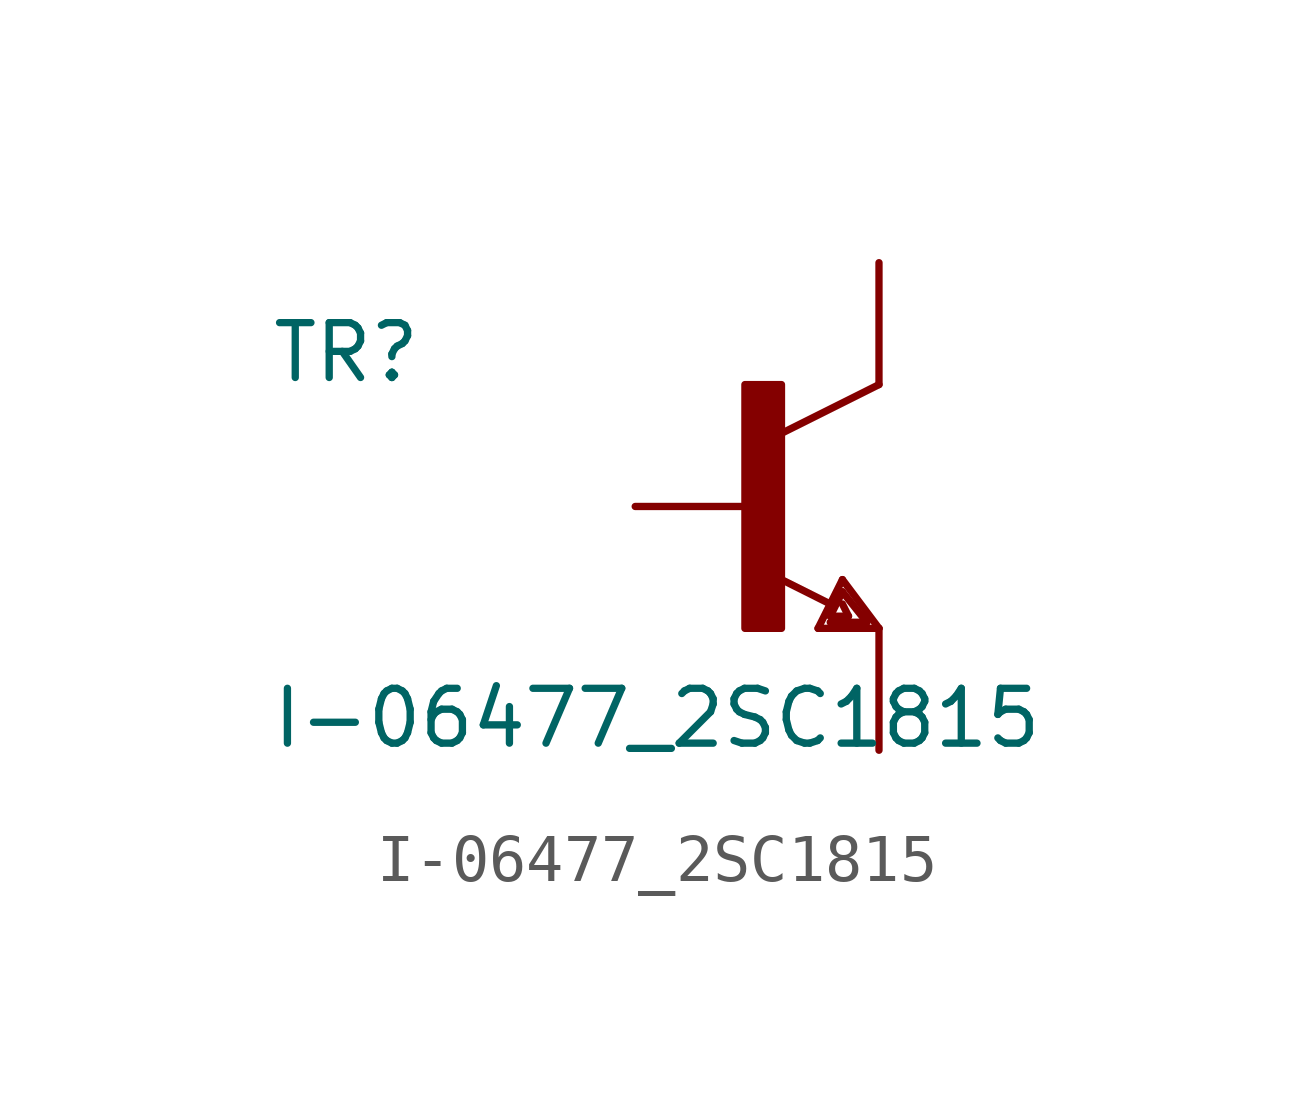
<source format=kicad_sym>
(kicad_symbol_lib
  (version 20211014)
  (generator kicad_symbol_editor)
  (symbol "I-06477_2SC1815"
    (pin_numbers hide)
    (pin_names
      (offset 1.016) hide)
    (property "Reference" "TR"
      (at -10.16 2.54 0)
      (effects (font (size 1.143 1.143)) (justify left bottom)))
    (property "Value" "I-06477_2SC1815"
      (at -10.16 -5.08 0)
      (effects (font (size 1.143 1.143)) (justify left bottom)))
    (property "ki_locked" ""
      (at 0 0 0)
      (effects (font (size 1.27 1.27))))
    (symbol "I-06477_2SC1815_1_0"
      (polyline (pts (xy 1.27 -2.54) (xy 1.778 -1.524)) (stroke (width 0) (type default) (color 0 0 0 0)) (fill (type none)))
      (polyline (pts (xy 1.524 -2.413) (xy 2.286 -2.413)) (stroke (width 0) (type default) (color 0 0 0 0)) (fill (type none)))
      (polyline (pts (xy 1.524 -2.286) (xy 1.905 -2.286)) (stroke (width 0) (type default) (color 0 0 0 0)) (fill (type none)))
      (polyline (pts (xy 1.524 -2.032) (xy 0.305 -1.422)) (stroke (width 0) (type default) (color 0 0 0 0)) (fill (type none)))
      (polyline (pts (xy 1.778 -1.778) (xy 1.524 -2.286)) (stroke (width 0) (type default) (color 0 0 0 0)) (fill (type none)))
      (polyline (pts (xy 1.778 -1.524) (xy 2.54 -2.54)) (stroke (width 0) (type default) (color 0 0 0 0)) (fill (type none)))
      (polyline (pts (xy 1.905 -2.286) (xy 1.778 -2.032)) (stroke (width 0) (type default) (color 0 0 0 0)) (fill (type none)))
      (polyline (pts (xy 2.286 -2.413) (xy 1.778 -1.778)) (stroke (width 0) (type default) (color 0 0 0 0)) (fill (type none)))
      (polyline (pts (xy 2.54 -2.54) (xy 1.27 -2.54)) (stroke (width 0) (type default) (color 0 0 0 0)) (fill (type none)))
      (polyline (pts (xy 2.54 2.54) (xy 0.508 1.524)) (stroke (width 0) (type default) (color 0 0 0 0)) (fill (type none))))
    (symbol "I-06477_2SC1815_1_1"
      (rectangle (start -0.254 -2.54) (end 0.508 2.54) (stroke (width 0) (type default) (color 0 0 0 0)) (fill (type outline)))
      (pin passive line (at -2.54 0 0) (length 2.54) (name "B" (effects (font (size 1.016 1.016)))) (number "B" (effects (font (size 1.016 1.016)))))
      (pin passive line (at 2.54 5.08 270) (length 2.54) (name "C" (effects (font (size 1.016 1.016)))) (number "C" (effects (font (size 1.016 1.016)))))
      (pin passive line (at 2.54 -5.08 90) (length 2.54) (name "E" (effects (font (size 1.016 1.016)))) (number "E" (effects (font (size 1.016 1.016))))))))
</source>
